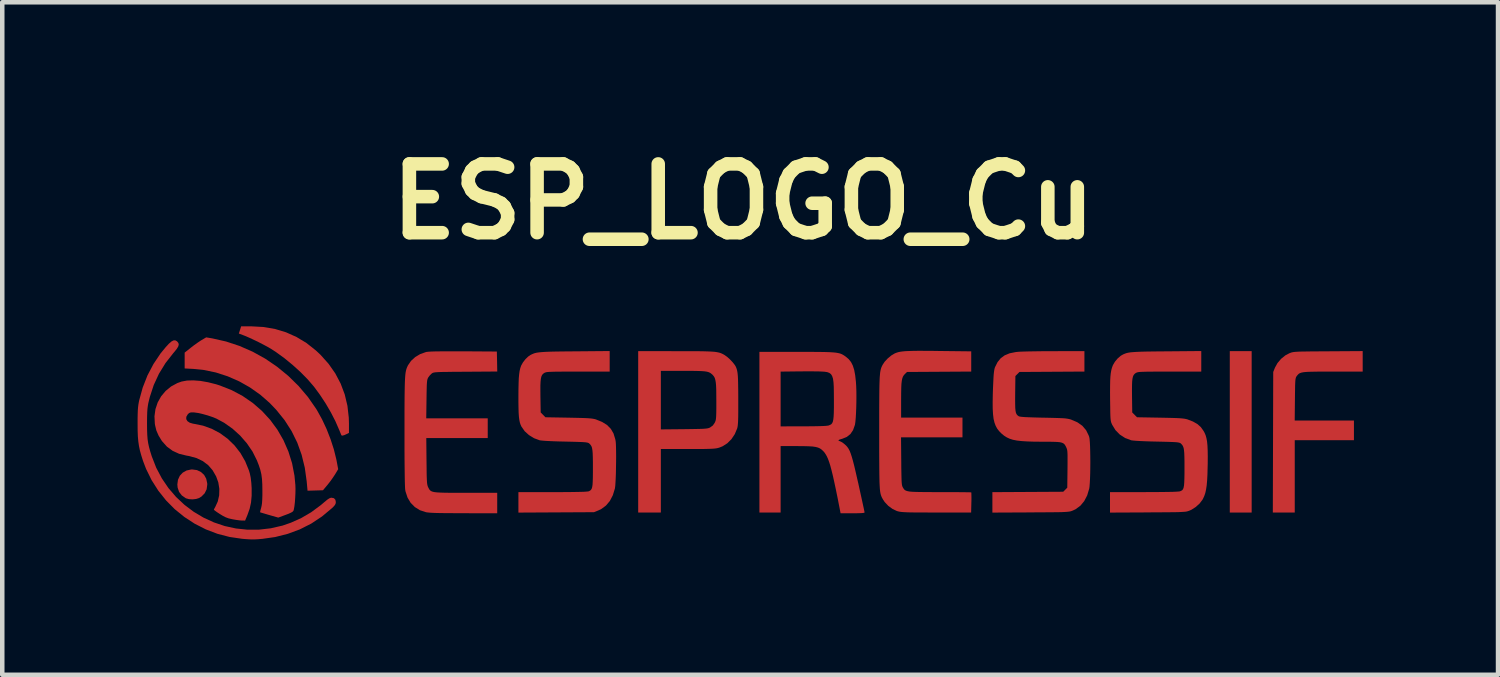
<source format=kicad_pcb>
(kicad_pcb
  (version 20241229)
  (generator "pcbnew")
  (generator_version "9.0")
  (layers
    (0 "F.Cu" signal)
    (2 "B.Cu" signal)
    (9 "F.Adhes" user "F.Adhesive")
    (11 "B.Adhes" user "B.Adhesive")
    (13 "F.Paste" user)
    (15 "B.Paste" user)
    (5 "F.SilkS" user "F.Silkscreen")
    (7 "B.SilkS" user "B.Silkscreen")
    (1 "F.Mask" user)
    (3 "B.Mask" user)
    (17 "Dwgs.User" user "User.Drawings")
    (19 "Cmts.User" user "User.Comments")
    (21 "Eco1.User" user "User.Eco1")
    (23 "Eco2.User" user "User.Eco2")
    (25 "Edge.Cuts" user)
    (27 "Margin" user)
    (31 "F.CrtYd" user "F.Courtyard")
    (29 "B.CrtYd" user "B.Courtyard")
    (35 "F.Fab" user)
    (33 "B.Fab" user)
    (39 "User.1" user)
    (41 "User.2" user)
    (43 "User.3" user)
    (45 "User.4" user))
  (footprint "ESP_LOGO_Cu"
    (layer "F.Cu")
    (at 13.427 6.498)
    (property "Reference" "ESP_LOGO_Cu" (at 0 -5.08 0) (layer "F.SilkS") (effects (font (size 1.524 1.524) (thickness 0.3))))
    (attr board_only exclude_from_pos_files exclude_from_bom)
    (fp_poly (pts (xy 11.267 1.813) (xy 10.782 1.813) (xy 10.782 -1.765) (xy 11.267 -1.765)) (stroke (width 0) (type solid)) (fill yes) (layer "F.Cu"))
    (fp_poly (pts (xy -12.111 0.872) (xy -12.023 0.914) (xy -11.953 0.978) (xy -11.906 1.063) (xy -11.884 1.164) (xy -11.883 1.195) (xy -11.897 1.298) (xy -11.94 1.386) (xy -12.01 1.457) (xy -12.064 1.491) (xy -12.13 1.512) (xy -12.209 1.521) (xy -12.288 1.516) (xy -12.353 1.498) (xy -12.36 1.495) (xy -12.448 1.433) (xy -12.508 1.354) (xy -12.54 1.259) (xy -12.546 1.19) (xy -12.532 1.086) (xy -12.491 0.997) (xy -12.426 0.928) (xy -12.342 0.881) (xy -12.242 0.859) (xy -12.214 0.858)) (stroke (width 0) (type solid)) (fill yes) (layer "F.Cu"))
    (fp_poly (pts (xy -10.639 -2.3) (xy -10.381 -2.256) (xy -10.136 -2.182) (xy -9.904 -2.078) (xy -9.684 -1.945) (xy -9.477 -1.781) (xy -9.373 -1.684) (xy -9.194 -1.484) (xy -9.045 -1.271) (xy -8.926 -1.045) (xy -8.836 -0.806) (xy -8.776 -0.554) (xy -8.746 -0.291) (xy -8.742 -0.158) (xy -8.742 0.048) (xy -8.786 0.07) (xy -8.846 0.097) (xy -8.889 0.108) (xy -8.909 0.102) (xy -8.918 0.081) (xy -8.935 0.039) (xy -8.957 -0.016) (xy -8.961 -0.024) (xy -9.042 -0.21) (xy -9.143 -0.407) (xy -9.259 -0.606) (xy -9.385 -0.797) (xy -9.514 -0.973) (xy -9.519 -0.979) (xy -9.656 -1.138) (xy -9.816 -1.301) (xy -9.992 -1.46) (xy -10.176 -1.611) (xy -10.361 -1.745) (xy -10.459 -1.809) (xy -10.54 -1.856) (xy -10.64 -1.91) (xy -10.751 -1.967) (xy -10.863 -2.021) (xy -10.967 -2.069) (xy -11.054 -2.106) (xy -11.067 -2.111) (xy -11.183 -2.155) (xy -11.157 -2.235) (xy -11.132 -2.315) (xy -10.911 -2.315)) (stroke (width 0) (type solid)) (fill yes) (layer "F.Cu"))
    (fp_poly (pts (xy 13.728 -1.311) (xy 13.068 -1.311) (xy 12.896 -1.311) (xy 12.753 -1.311) (xy 12.636 -1.309) (xy 12.542 -1.307) (xy 12.468 -1.303) (xy 12.411 -1.297) (xy 12.368 -1.288) (xy 12.336 -1.277) (xy 12.312 -1.263) (xy 12.293 -1.245) (xy 12.275 -1.224) (xy 12.264 -1.209) (xy 12.254 -1.194) (xy 12.247 -1.177) (xy 12.241 -1.153) (xy 12.236 -1.119) (xy 12.233 -1.072) (xy 12.23 -1.006) (xy 12.229 -0.919) (xy 12.227 -0.806) (xy 12.226 -0.695) (xy 12.221 -0.227) (xy 13.534 -0.227) (xy 13.534 0.21) (xy 12.222 0.21) (xy 12.222 1.813) (xy 11.736 1.813) (xy 11.745 -1.303) (xy 11.784 -1.4) (xy 11.84 -1.501) (xy 11.919 -1.594) (xy 12.014 -1.671) (xy 12.101 -1.717) (xy 12.124 -1.726) (xy 12.146 -1.734) (xy 12.17 -1.74) (xy 12.199 -1.745) (xy 12.236 -1.749) (xy 12.284 -1.752) (xy 12.347 -1.755) (xy 12.427 -1.756) (xy 12.528 -1.758) (xy 12.652 -1.759) (xy 12.802 -1.76) (xy 12.963 -1.761) (xy 13.728 -1.766)) (stroke (width 0) (type solid)) (fill yes) (layer "F.Cu"))
    (fp_poly (pts (xy -11.769 -2.047) (xy -11.465 -1.978) (xy -11.166 -1.879) (xy -10.876 -1.752) (xy -10.598 -1.598) (xy -10.334 -1.418) (xy -10.087 -1.216) (xy -9.859 -0.992) (xy -9.652 -0.749) (xy -9.47 -0.487) (xy -9.448 -0.451) (xy -9.339 -0.254) (xy -9.238 -0.038) (xy -9.15 0.187) (xy -9.077 0.412) (xy -9.024 0.626) (xy -9.016 0.665) (xy -8.981 0.852) (xy -9.05 0.967) (xy -9.095 1.035) (xy -9.15 1.113) (xy -9.207 1.186) (xy -9.219 1.201) (xy -9.318 1.319) (xy -9.489 1.324) (xy -9.66 1.329) (xy -9.679 1.122) (xy -9.721 0.819) (xy -9.791 0.533) (xy -9.888 0.263) (xy -10.014 0.007) (xy -10.169 -0.235) (xy -10.354 -0.464) (xy -10.501 -0.618) (xy -10.708 -0.799) (xy -10.935 -0.959) (xy -11.177 -1.096) (xy -11.431 -1.207) (xy -11.693 -1.292) (xy -11.959 -1.347) (xy -12.194 -1.371) (xy -12.384 -1.381) (xy -12.384 -1.732) (xy -12.251 -1.838) (xy -12.181 -1.892) (xy -12.106 -1.946) (xy -12.038 -1.992) (xy -12.012 -2.008) (xy -11.907 -2.07)) (stroke (width 0) (type solid)) (fill yes) (layer "F.Cu"))
    (fp_poly (pts (xy -1.493 -1.764) (xy -1.296 -1.764) (xy -1.128 -1.764) (xy -0.986 -1.763) (xy -0.869 -1.761) (xy -0.772 -1.758) (xy -0.693 -1.754) (xy -0.63 -1.749) (xy -0.578 -1.741) (xy -0.536 -1.732) (xy -0.501 -1.721) (xy -0.469 -1.707) (xy -0.438 -1.691) (xy -0.416 -1.678) (xy -0.358 -1.637) (xy -0.295 -1.58) (xy -0.235 -1.516) (xy -0.189 -1.457) (xy -0.173 -1.431) (xy -0.158 -1.399) (xy -0.146 -1.364) (xy -0.136 -1.324) (xy -0.128 -1.275) (xy -0.122 -1.212) (xy -0.118 -1.133) (xy -0.116 -1.034) (xy -0.114 -0.911) (xy -0.113 -0.761) (xy -0.113 -0.696) (xy -0.113 -0.542) (xy -0.113 -0.416) (xy -0.114 -0.315) (xy -0.116 -0.236) (xy -0.119 -0.174) (xy -0.123 -0.127) (xy -0.128 -0.09) (xy -0.135 -0.059) (xy -0.138 -0.049) (xy -0.19 0.075) (xy -0.263 0.185) (xy -0.355 0.277) (xy -0.46 0.344) (xy -0.529 0.372) (xy -0.559 0.381) (xy -0.589 0.388) (xy -0.624 0.393) (xy -0.667 0.397) (xy -0.721 0.4) (xy -0.791 0.402) (xy -0.88 0.404) (xy -0.992 0.404) (xy -1.13 0.405) (xy -1.232 0.405) (xy -1.829 0.405) (xy -1.829 1.813) (xy -2.331 1.813) (xy -2.331 -0.03) (xy -1.829 -0.03) (xy -1.315 -0.035) (xy -1.172 -0.037) (xy -1.056 -0.039) (xy -0.966 -0.041) (xy -0.897 -0.043) (xy -0.845 -0.047) (xy -0.807 -0.051) (xy -0.778 -0.057) (xy -0.756 -0.064) (xy -0.737 -0.073) (xy -0.676 -0.117) (xy -0.635 -0.177) (xy -0.624 -0.201) (xy -0.615 -0.225) (xy -0.609 -0.254) (xy -0.605 -0.291) (xy -0.602 -0.343) (xy -0.6 -0.412) (xy -0.599 -0.503) (xy -0.599 -0.622) (xy -0.599 -0.652) (xy -0.6 -0.797) (xy -0.601 -0.914) (xy -0.605 -1.006) (xy -0.612 -1.077) (xy -0.622 -1.131) (xy -0.635 -1.173) (xy -0.653 -1.205) (xy -0.675 -1.232) (xy -0.685 -1.243) (xy -0.711 -1.265) (xy -0.737 -1.284) (xy -0.768 -1.298) (xy -0.806 -1.309) (xy -0.856 -1.317) (xy -0.922 -1.322) (xy -1.006 -1.325) (xy -1.114 -1.327) (xy -1.248 -1.327) (xy -1.338 -1.327) (xy -1.829 -1.327) (xy -1.829 -0.03) (xy -2.331 -0.03) (xy -2.331 -1.765)) (stroke (width 0) (type solid)) (fill yes) (layer "F.Cu"))
    (fp_poly (pts (xy -12.559 -1.986) (xy -12.546 -1.975) (xy -12.522 -1.943) (xy -12.515 -1.908) (xy -12.527 -1.867) (xy -12.559 -1.814) (xy -12.614 -1.746) (xy -12.633 -1.724) (xy -12.808 -1.501) (xy -12.953 -1.265) (xy -13.069 -1.014) (xy -13.156 -0.749) (xy -13.189 -0.615) (xy -13.2 -0.552) (xy -13.209 -0.483) (xy -13.214 -0.402) (xy -13.217 -0.302) (xy -13.218 -0.176) (xy -13.218 -0.162) (xy -13.217 -0.025) (xy -13.213 0.088) (xy -13.206 0.185) (xy -13.193 0.273) (xy -13.174 0.361) (xy -13.148 0.456) (xy -13.113 0.567) (xy -13.014 0.82) (xy -12.89 1.055) (xy -12.743 1.271) (xy -12.575 1.467) (xy -12.388 1.642) (xy -12.185 1.795) (xy -11.967 1.925) (xy -11.736 2.031) (xy -11.496 2.112) (xy -11.247 2.166) (xy -10.992 2.193) (xy -10.734 2.192) (xy -10.474 2.162) (xy -10.214 2.102) (xy -10.029 2.038) (xy -9.798 1.934) (xy -9.579 1.806) (xy -9.367 1.649) (xy -9.287 1.581) (xy -9.223 1.528) (xy -9.175 1.497) (xy -9.139 1.484) (xy -9.13 1.484) (xy -9.075 1.495) (xy -9.043 1.53) (xy -9.033 1.581) (xy -9.038 1.615) (xy -9.054 1.647) (xy -9.087 1.685) (xy -9.118 1.715) (xy -9.341 1.901) (xy -9.578 2.058) (xy -9.831 2.186) (xy -10.098 2.285) (xy -10.379 2.356) (xy -10.66 2.396) (xy -10.753 2.404) (xy -10.827 2.408) (xy -10.894 2.409) (xy -10.965 2.406) (xy -11.051 2.4) (xy -11.11 2.395) (xy -11.389 2.354) (xy -11.658 2.284) (xy -11.917 2.185) (xy -12.162 2.06) (xy -12.392 1.91) (xy -12.605 1.737) (xy -12.798 1.542) (xy -12.969 1.327) (xy -13.117 1.094) (xy -13.24 0.844) (xy -13.307 0.668) (xy -13.345 0.548) (xy -13.375 0.441) (xy -13.396 0.341) (xy -13.411 0.239) (xy -13.421 0.128) (xy -13.426 0.001) (xy -13.427 -0.152) (xy -13.427 -0.154) (xy -13.427 -0.278) (xy -13.425 -0.376) (xy -13.422 -0.454) (xy -13.417 -0.519) (xy -13.41 -0.577) (xy -13.4 -0.635) (xy -13.392 -0.674) (xy -13.314 -0.957) (xy -13.208 -1.227) (xy -13.075 -1.48) (xy -12.916 -1.717) (xy -12.803 -1.854) (xy -12.734 -1.929) (xy -12.678 -1.978) (xy -12.633 -2.002) (xy -12.594 -2.005)) (stroke (width 0) (type solid)) (fill yes) (layer "F.Cu"))
    (fp_poly (pts (xy -6.2 -1.761) (xy -5.464 -1.756) (xy -5.459 -1.535) (xy -5.455 -1.313) (xy -6.158 -1.308) (xy -6.328 -1.307) (xy -6.468 -1.306) (xy -6.581 -1.304) (xy -6.672 -1.303) (xy -6.742 -1.301) (xy -6.795 -1.298) (xy -6.833 -1.295) (xy -6.861 -1.29) (xy -6.88 -1.285) (xy -6.894 -1.278) (xy -6.906 -1.27) (xy -6.907 -1.269) (xy -6.947 -1.231) (xy -6.983 -1.184) (xy -6.985 -1.18) (xy -6.995 -1.161) (xy -7.003 -1.139) (xy -7.009 -1.11) (xy -7.013 -1.069) (xy -7.017 -1.013) (xy -7.019 -0.937) (xy -7.021 -0.837) (xy -7.023 -0.709) (xy -7.023 -0.7) (xy -7.029 -0.275) (xy -5.666 -0.275) (xy -5.666 0.162) (xy -7.028 0.162) (xy -7.023 0.676) (xy -7.021 0.82) (xy -7.02 0.935) (xy -7.018 1.025) (xy -7.015 1.094) (xy -7.012 1.146) (xy -7.007 1.185) (xy -7.001 1.213) (xy -6.994 1.235) (xy -6.985 1.255) (xy -6.971 1.282) (xy -6.957 1.306) (xy -6.939 1.325) (xy -6.916 1.34) (xy -6.884 1.352) (xy -6.84 1.361) (xy -6.782 1.367) (xy -6.705 1.371) (xy -6.609 1.374) (xy -6.489 1.375) (xy -6.343 1.376) (xy -6.168 1.376) (xy -6.148 1.376) (xy -5.456 1.376) (xy -5.456 1.829) (xy -6.196 1.828) (xy -6.387 1.827) (xy -6.548 1.826) (xy -6.681 1.825) (xy -6.79 1.823) (xy -6.878 1.82) (xy -6.945 1.816) (xy -6.997 1.811) (xy -7.034 1.806) (xy -7.039 1.804) (xy -7.17 1.761) (xy -7.282 1.691) (xy -7.374 1.598) (xy -7.443 1.483) (xy -7.488 1.347) (xy -7.494 1.317) (xy -7.498 1.28) (xy -7.501 1.211) (xy -7.504 1.111) (xy -7.506 0.981) (xy -7.508 0.82) (xy -7.51 0.631) (xy -7.511 0.413) (xy -7.511 0.168) (xy -7.511 0.025) (xy -7.511 -0.213) (xy -7.511 -0.422) (xy -7.51 -0.603) (xy -7.509 -0.758) (xy -7.507 -0.891) (xy -7.505 -1.002) (xy -7.502 -1.095) (xy -7.498 -1.172) (xy -7.493 -1.235) (xy -7.487 -1.287) (xy -7.479 -1.329) (xy -7.47 -1.364) (xy -7.459 -1.395) (xy -7.447 -1.423) (xy -7.433 -1.452) (xy -7.433 -1.452) (xy -7.366 -1.549) (xy -7.274 -1.633) (xy -7.164 -1.699) (xy -7.04 -1.743) (xy -7.018 -1.748) (xy -6.98 -1.752) (xy -6.911 -1.756) (xy -6.814 -1.759) (xy -6.689 -1.76) (xy -6.54 -1.761) (xy -6.367 -1.761)) (stroke (width 0) (type solid)) (fill yes) (layer "F.Cu"))
    (fp_poly (pts (xy 4.053 -1.771) (xy 4.227 -1.77) (xy 4.351 -1.768) (xy 5.051 -1.76) (xy 5.051 -1.312) (xy 3.628 -1.303) (xy 3.58 -1.257) (xy 3.556 -1.23) (xy 3.537 -1.199) (xy 3.523 -1.16) (xy 3.512 -1.108) (xy 3.504 -1.04) (xy 3.5 -0.952) (xy 3.498 -0.84) (xy 3.497 -0.7) (xy 3.497 -0.681) (xy 3.497 -0.291) (xy 4.857 -0.291) (xy 4.857 0.146) (xy 3.495 0.146) (xy 3.5 0.676) (xy 3.501 0.822) (xy 3.503 0.939) (xy 3.505 1.031) (xy 3.507 1.102) (xy 3.51 1.154) (xy 3.514 1.192) (xy 3.52 1.219) (xy 3.527 1.24) (xy 3.535 1.256) (xy 3.537 1.258) (xy 3.551 1.282) (xy 3.566 1.302) (xy 3.585 1.318) (xy 3.61 1.33) (xy 3.644 1.34) (xy 3.69 1.348) (xy 3.752 1.353) (xy 3.831 1.356) (xy 3.932 1.358) (xy 4.056 1.359) (xy 4.208 1.36) (xy 4.359 1.36) (xy 4.504 1.36) (xy 4.64 1.36) (xy 4.762 1.361) (xy 4.867 1.362) (xy 4.952 1.363) (xy 5.013 1.364) (xy 5.046 1.366) (xy 5.052 1.367) (xy 5.054 1.384) (xy 5.055 1.428) (xy 5.056 1.492) (xy 5.055 1.571) (xy 5.054 1.593) (xy 5.049 1.813) (xy 4.277 1.812) (xy 4.097 1.812) (xy 3.947 1.811) (xy 3.823 1.811) (xy 3.722 1.81) (xy 3.642 1.808) (xy 3.578 1.805) (xy 3.528 1.802) (xy 3.489 1.798) (xy 3.458 1.793) (xy 3.431 1.787) (xy 3.407 1.78) (xy 3.405 1.78) (xy 3.307 1.734) (xy 3.213 1.665) (xy 3.133 1.58) (xy 3.098 1.528) (xy 3.083 1.502) (xy 3.069 1.476) (xy 3.058 1.45) (xy 3.048 1.421) (xy 3.039 1.387) (xy 3.032 1.344) (xy 3.026 1.292) (xy 3.022 1.228) (xy 3.018 1.149) (xy 3.016 1.054) (xy 3.014 0.939) (xy 3.013 0.803) (xy 3.012 0.644) (xy 3.011 0.459) (xy 3.011 0.245) (xy 3.011 0.037) (xy 3.011 -0.203) (xy 3.011 -0.414) (xy 3.012 -0.597) (xy 3.013 -0.754) (xy 3.014 -0.888) (xy 3.016 -1.001) (xy 3.019 -1.095) (xy 3.022 -1.173) (xy 3.027 -1.236) (xy 3.032 -1.288) (xy 3.039 -1.33) (xy 3.047 -1.365) (xy 3.056 -1.395) (xy 3.067 -1.421) (xy 3.08 -1.448) (xy 3.084 -1.457) (xy 3.132 -1.53) (xy 3.2 -1.603) (xy 3.278 -1.668) (xy 3.355 -1.714) (xy 3.362 -1.717) (xy 3.398 -1.731) (xy 3.437 -1.743) (xy 3.482 -1.752) (xy 3.536 -1.759) (xy 3.603 -1.765) (xy 3.685 -1.768) (xy 3.785 -1.771) (xy 3.907 -1.772)) (stroke (width 0) (type solid)) (fill yes) (layer "F.Cu"))
    (fp_poly (pts (xy 1.383 -1.748) (xy 1.552 -1.748) (xy 1.694 -1.747) (xy 1.812 -1.745) (xy 1.909 -1.742) (xy 1.988 -1.737) (xy 2.052 -1.731) (xy 2.103 -1.722) (xy 2.145 -1.712) (xy 2.18 -1.698) (xy 2.211 -1.682) (xy 2.241 -1.663) (xy 2.27 -1.642) (xy 2.335 -1.587) (xy 2.387 -1.522) (xy 2.426 -1.445) (xy 2.457 -1.348) (xy 2.479 -1.229) (xy 2.495 -1.085) (xy 2.501 -0.992) (xy 2.505 -0.882) (xy 2.506 -0.76) (xy 2.505 -0.633) (xy 2.502 -0.507) (xy 2.497 -0.389) (xy 2.491 -0.283) (xy 2.483 -0.196) (xy 2.474 -0.135) (xy 2.472 -0.128) (xy 2.432 -0.015) (xy 2.373 0.073) (xy 2.294 0.136) (xy 2.192 0.178) (xy 2.183 0.18) (xy 2.129 0.197) (xy 2.107 0.211) (xy 2.117 0.224) (xy 2.141 0.232) (xy 2.174 0.248) (xy 2.219 0.278) (xy 2.246 0.3) (xy 2.278 0.329) (xy 2.306 0.361) (xy 2.332 0.399) (xy 2.356 0.445) (xy 2.379 0.503) (xy 2.403 0.576) (xy 2.429 0.667) (xy 2.458 0.779) (xy 2.49 0.915) (xy 2.527 1.078) (xy 2.55 1.177) (xy 2.58 1.314) (xy 2.608 1.441) (xy 2.633 1.555) (xy 2.654 1.653) (xy 2.671 1.73) (xy 2.682 1.784) (xy 2.687 1.81) (xy 2.687 1.812) (xy 2.671 1.82) (xy 2.623 1.825) (xy 2.543 1.828) (xy 2.431 1.829) (xy 2.421 1.829) (xy 2.155 1.829) (xy 2.137 1.736) (xy 2.093 1.51) (xy 2.053 1.314) (xy 2.017 1.145) (xy 1.985 1) (xy 1.955 0.878) (xy 1.928 0.776) (xy 1.901 0.691) (xy 1.875 0.621) (xy 1.849 0.564) (xy 1.822 0.517) (xy 1.794 0.477) (xy 1.768 0.449) (xy 1.734 0.417) (xy 1.698 0.392) (xy 1.655 0.373) (xy 1.602 0.359) (xy 1.535 0.349) (xy 1.448 0.344) (xy 1.338 0.341) (xy 1.2 0.34) (xy 1.187 0.34) (xy 0.826 0.34) (xy 0.826 1.813) (xy 0.356 1.813) (xy 0.356 -0.097) (xy 0.826 -0.097) (xy 1.332 -0.098) (xy 1.501 -0.099) (xy 1.638 -0.101) (xy 1.746 -0.104) (xy 1.825 -0.108) (xy 1.876 -0.114) (xy 1.894 -0.118) (xy 1.925 -0.131) (xy 1.95 -0.146) (xy 1.969 -0.169) (xy 1.984 -0.203) (xy 1.994 -0.25) (xy 2.001 -0.315) (xy 2.005 -0.4) (xy 2.007 -0.511) (xy 2.007 -0.649) (xy 2.007 -0.688) (xy 2.006 -0.846) (xy 2.004 -0.974) (xy 1.998 -1.076) (xy 1.987 -1.155) (xy 1.968 -1.213) (xy 1.942 -1.255) (xy 1.905 -1.283) (xy 1.857 -1.3) (xy 1.795 -1.309) (xy 1.718 -1.313) (xy 1.674 -1.315) (xy 1.601 -1.316) (xy 1.504 -1.317) (xy 1.392 -1.317) (xy 1.274 -1.316) (xy 1.162 -1.315) (xy 0.826 -1.311) (xy 0.826 -0.097) (xy 0.356 -0.097) (xy 0.356 -1.748) (xy 1.185 -1.748)) (stroke (width 0) (type solid)) (fill yes) (layer "F.Cu"))
    (fp_poly (pts (xy 7.56 -1.312) (xy 6.12 -1.303) (xy 6.03 -1.213) (xy 6.025 -0.826) (xy 6.024 -0.691) (xy 6.025 -0.585) (xy 6.027 -0.504) (xy 6.033 -0.442) (xy 6.042 -0.398) (xy 6.056 -0.367) (xy 6.074 -0.344) (xy 6.098 -0.326) (xy 6.107 -0.32) (xy 6.129 -0.314) (xy 6.172 -0.308) (xy 6.237 -0.303) (xy 6.327 -0.299) (xy 6.444 -0.295) (xy 6.591 -0.291) (xy 6.654 -0.29) (xy 6.798 -0.287) (xy 6.914 -0.284) (xy 7.006 -0.281) (xy 7.078 -0.278) (xy 7.134 -0.274) (xy 7.178 -0.268) (xy 7.215 -0.261) (xy 7.247 -0.253) (xy 7.271 -0.245) (xy 7.405 -0.187) (xy 7.515 -0.109) (xy 7.598 -0.011) (xy 7.656 0.108) (xy 7.666 0.136) (xy 7.674 0.18) (xy 7.68 0.251) (xy 7.685 0.344) (xy 7.688 0.453) (xy 7.69 0.574) (xy 7.691 0.7) (xy 7.69 0.828) (xy 7.688 0.95) (xy 7.684 1.063) (xy 7.679 1.16) (xy 7.673 1.238) (xy 7.666 1.284) (xy 7.621 1.434) (xy 7.555 1.56) (xy 7.47 1.662) (xy 7.365 1.739) (xy 7.304 1.768) (xy 7.283 1.776) (xy 7.263 1.783) (xy 7.24 1.789) (xy 7.212 1.793) (xy 7.175 1.797) (xy 7.127 1.8) (xy 7.066 1.803) (xy 6.988 1.805) (xy 6.89 1.806) (xy 6.769 1.807) (xy 6.623 1.808) (xy 6.449 1.809) (xy 6.366 1.81) (xy 5.52 1.814) (xy 5.52 1.361) (xy 7.09 1.352) (xy 7.135 1.307) (xy 7.18 1.262) (xy 7.185 0.848) (xy 7.186 0.721) (xy 7.186 0.622) (xy 7.186 0.547) (xy 7.184 0.49) (xy 7.181 0.449) (xy 7.176 0.418) (xy 7.168 0.393) (xy 7.158 0.37) (xy 7.155 0.362) (xy 7.137 0.328) (xy 7.118 0.3) (xy 7.094 0.28) (xy 7.062 0.265) (xy 7.017 0.254) (xy 6.956 0.248) (xy 6.874 0.245) (xy 6.767 0.243) (xy 6.632 0.243) (xy 6.631 0.243) (xy 6.45 0.242) (xy 6.298 0.237) (xy 6.17 0.229) (xy 6.064 0.217) (xy 5.976 0.2) (xy 5.901 0.176) (xy 5.837 0.146) (xy 5.779 0.109) (xy 5.725 0.064) (xy 5.723 0.063) (xy 5.671 0.01) (xy 5.627 -0.046) (xy 5.593 -0.109) (xy 5.566 -0.181) (xy 5.546 -0.266) (xy 5.534 -0.368) (xy 5.527 -0.49) (xy 5.526 -0.635) (xy 5.529 -0.807) (xy 5.533 -0.931) (xy 5.539 -1.063) (xy 5.544 -1.167) (xy 5.549 -1.247) (xy 5.556 -1.308) (xy 5.563 -1.354) (xy 5.571 -1.389) (xy 5.579 -1.411) (xy 5.635 -1.522) (xy 5.705 -1.608) (xy 5.793 -1.672) (xy 5.902 -1.717) (xy 6.036 -1.744) (xy 6.071 -1.748) (xy 6.121 -1.752) (xy 6.199 -1.755) (xy 6.301 -1.758) (xy 6.421 -1.76) (xy 6.556 -1.762) (xy 6.701 -1.764) (xy 6.852 -1.764) (xy 6.892 -1.764) (xy 7.56 -1.765)) (stroke (width 0) (type solid)) (fill yes) (layer "F.Cu"))
    (fp_poly (pts (xy -12.035 -1.105) (xy -11.865 -1.075) (xy -11.686 -1.03) (xy -11.602 -1.003) (xy -11.342 -0.9) (xy -11.098 -0.77) (xy -10.874 -0.616) (xy -10.67 -0.439) (xy -10.488 -0.241) (xy -10.329 -0.025) (xy -10.194 0.209) (xy -10.085 0.458) (xy -10.003 0.72) (xy -9.95 0.994) (xy -9.93 1.203) (xy -9.927 1.29) (xy -9.929 1.388) (xy -9.934 1.49) (xy -9.941 1.588) (xy -9.951 1.673) (xy -9.963 1.739) (xy -9.971 1.77) (xy -9.987 1.791) (xy -10.022 1.813) (xy -10.081 1.84) (xy -10.147 1.865) (xy -10.309 1.925) (xy -10.509 1.868) (xy -10.584 1.846) (xy -10.647 1.827) (xy -10.691 1.814) (xy -10.712 1.807) (xy -10.712 1.807) (xy -10.71 1.791) (xy -10.701 1.753) (xy -10.688 1.707) (xy -10.677 1.658) (xy -10.669 1.6) (xy -10.664 1.525) (xy -10.661 1.428) (xy -10.661 1.327) (xy -10.663 1.186) (xy -10.67 1.068) (xy -10.684 0.964) (xy -10.707 0.866) (xy -10.74 0.765) (xy -10.783 0.655) (xy -10.88 0.461) (xy -11.006 0.277) (xy -11.155 0.106) (xy -11.323 -0.046) (xy -11.507 -0.176) (xy -11.68 -0.269) (xy -11.772 -0.306) (xy -11.877 -0.341) (xy -11.985 -0.371) (xy -12.087 -0.394) (xy -12.173 -0.406) (xy -12.197 -0.407) (xy -12.249 -0.406) (xy -12.283 -0.394) (xy -12.312 -0.369) (xy -12.314 -0.366) (xy -12.347 -0.31) (xy -12.349 -0.258) (xy -12.323 -0.213) (xy -12.271 -0.178) (xy -12.195 -0.156) (xy -12.184 -0.155) (xy -11.977 -0.113) (xy -11.78 -0.042) (xy -11.597 0.056) (xy -11.429 0.179) (xy -11.279 0.325) (xy -11.149 0.491) (xy -11.042 0.677) (xy -10.96 0.878) (xy -10.939 0.947) (xy -10.92 1.04) (xy -10.906 1.16) (xy -10.899 1.272) (xy -10.899 1.442) (xy -10.913 1.592) (xy -10.944 1.731) (xy -10.993 1.869) (xy -10.995 1.874) (xy -11.044 1.991) (xy -11.119 1.99) (xy -11.171 1.986) (xy -11.242 1.976) (xy -11.317 1.963) (xy -11.332 1.96) (xy -11.41 1.942) (xy -11.475 1.918) (xy -11.541 1.884) (xy -11.603 1.846) (xy -11.66 1.809) (xy -11.705 1.777) (xy -11.732 1.756) (xy -11.737 1.75) (xy -11.729 1.731) (xy -11.71 1.697) (xy -11.707 1.692) (xy -11.65 1.568) (xy -11.619 1.431) (xy -11.615 1.288) (xy -11.638 1.145) (xy -11.686 1.012) (xy -11.765 0.875) (xy -11.863 0.762) (xy -11.981 0.673) (xy -12.12 0.606) (xy -12.283 0.561) (xy -12.346 0.55) (xy -12.506 0.511) (xy -12.65 0.445) (xy -12.776 0.353) (xy -12.88 0.237) (xy -12.891 0.223) (xy -12.962 0.107) (xy -13.011 -0.005) (xy -13.04 -0.125) (xy -13.045 -0.157) (xy -13.053 -0.322) (xy -13.031 -0.48) (xy -12.981 -0.629) (xy -12.905 -0.764) (xy -12.806 -0.882) (xy -12.686 -0.981) (xy -12.546 -1.057) (xy -12.45 -1.091) (xy -12.332 -1.113) (xy -12.192 -1.117)) (stroke (width 0) (type solid)) (fill yes) (layer "F.Cu"))
    (fp_poly (pts (xy -2.963 -1.311) (xy -3.663 -1.311) (xy -3.832 -1.311) (xy -3.972 -1.311) (xy -4.086 -1.31) (xy -4.176 -1.309) (xy -4.247 -1.307) (xy -4.3 -1.305) (xy -4.339 -1.302) (xy -4.368 -1.298) (xy -4.388 -1.292) (xy -4.404 -1.286) (xy -4.415 -1.28) (xy -4.441 -1.26) (xy -4.462 -1.235) (xy -4.477 -1.201) (xy -4.488 -1.153) (xy -4.495 -1.088) (xy -4.499 -1.003) (xy -4.499 -0.893) (xy -4.498 -0.759) (xy -4.492 -0.405) (xy -4.439 -0.352) (xy -4.387 -0.299) (xy -3.873 -0.29) (xy -3.724 -0.287) (xy -3.604 -0.284) (xy -3.508 -0.281) (xy -3.433 -0.277) (xy -3.375 -0.272) (xy -3.331 -0.266) (xy -3.296 -0.259) (xy -3.27 -0.252) (xy -3.132 -0.196) (xy -3.022 -0.128) (xy -2.938 -0.043) (xy -2.878 0.06) (xy -2.84 0.184) (xy -2.831 0.229) (xy -2.826 0.281) (xy -2.823 0.358) (xy -2.821 0.456) (xy -2.82 0.567) (xy -2.821 0.688) (xy -2.823 0.811) (xy -2.825 0.931) (xy -2.829 1.043) (xy -2.834 1.141) (xy -2.839 1.219) (xy -2.846 1.272) (xy -2.847 1.279) (xy -2.893 1.429) (xy -2.959 1.556) (xy -3.045 1.658) (xy -3.15 1.735) (xy -3.214 1.766) (xy -3.311 1.805) (xy -4.986 1.814) (xy -4.986 1.36) (xy -4.226 1.36) (xy -4.032 1.36) (xy -3.868 1.359) (xy -3.733 1.357) (xy -3.624 1.355) (xy -3.541 1.353) (xy -3.481 1.349) (xy -3.442 1.345) (xy -3.423 1.341) (xy -3.398 1.327) (xy -3.378 1.31) (xy -3.362 1.285) (xy -3.351 1.249) (xy -3.343 1.199) (xy -3.339 1.13) (xy -3.336 1.038) (xy -3.335 0.92) (xy -3.335 0.826) (xy -3.335 0.688) (xy -3.337 0.579) (xy -3.34 0.494) (xy -3.346 0.43) (xy -3.354 0.382) (xy -3.366 0.346) (xy -3.383 0.318) (xy -3.404 0.294) (xy -3.415 0.283) (xy -3.427 0.274) (xy -3.443 0.267) (xy -3.466 0.261) (xy -3.499 0.256) (xy -3.547 0.252) (xy -3.613 0.249) (xy -3.701 0.246) (xy -3.814 0.243) (xy -3.948 0.24) (xy -4.081 0.237) (xy -4.204 0.233) (xy -4.313 0.228) (xy -4.403 0.223) (xy -4.471 0.217) (xy -4.512 0.212) (xy -4.516 0.211) (xy -4.64 0.165) (xy -4.752 0.096) (xy -4.847 0.01) (xy -4.917 -0.09) (xy -4.921 -0.097) (xy -4.94 -0.139) (xy -4.955 -0.186) (xy -4.966 -0.242) (xy -4.975 -0.311) (xy -4.981 -0.398) (xy -4.984 -0.505) (xy -4.986 -0.638) (xy -4.986 -0.75) (xy -4.985 -0.913) (xy -4.982 -1.049) (xy -4.978 -1.159) (xy -4.97 -1.249) (xy -4.96 -1.322) (xy -4.946 -1.383) (xy -4.929 -1.434) (xy -4.922 -1.451) (xy -4.884 -1.517) (xy -4.831 -1.585) (xy -4.772 -1.643) (xy -4.72 -1.679) (xy -4.687 -1.695) (xy -4.655 -1.709) (xy -4.621 -1.721) (xy -4.582 -1.73) (xy -4.533 -1.737) (xy -4.474 -1.743) (xy -4.4 -1.748) (xy -4.309 -1.752) (xy -4.196 -1.755) (xy -4.061 -1.757) (xy -3.898 -1.759) (xy -3.736 -1.76) (xy -2.963 -1.767)) (stroke (width 0) (type solid)) (fill yes) (layer "F.Cu"))
    (fp_poly (pts (xy 10.15 -1.311) (xy 9.45 -1.311) (xy 9.281 -1.311) (xy 9.141 -1.311) (xy 9.027 -1.31) (xy 8.936 -1.309) (xy 8.866 -1.307) (xy 8.813 -1.305) (xy 8.773 -1.302) (xy 8.745 -1.298) (xy 8.725 -1.292) (xy 8.709 -1.286) (xy 8.698 -1.28) (xy 8.672 -1.26) (xy 8.651 -1.235) (xy 8.636 -1.201) (xy 8.625 -1.154) (xy 8.618 -1.09) (xy 8.615 -1.005) (xy 8.614 -0.895) (xy 8.615 -0.759) (xy 8.62 -0.405) (xy 8.673 -0.352) (xy 8.726 -0.299) (xy 9.24 -0.29) (xy 9.389 -0.287) (xy 9.509 -0.284) (xy 9.605 -0.281) (xy 9.68 -0.277) (xy 9.737 -0.272) (xy 9.782 -0.266) (xy 9.817 -0.259) (xy 9.843 -0.252) (xy 9.967 -0.204) (xy 10.065 -0.148) (xy 10.141 -0.08) (xy 10.202 0.006) (xy 10.222 0.043) (xy 10.246 0.098) (xy 10.264 0.161) (xy 10.278 0.235) (xy 10.287 0.326) (xy 10.292 0.435) (xy 10.294 0.568) (xy 10.293 0.728) (xy 10.291 0.801) (xy 10.287 0.965) (xy 10.28 1.1) (xy 10.27 1.212) (xy 10.256 1.304) (xy 10.239 1.381) (xy 10.216 1.448) (xy 10.188 1.508) (xy 10.175 1.531) (xy 10.111 1.615) (xy 10.026 1.691) (xy 9.93 1.752) (xy 9.894 1.768) (xy 9.873 1.776) (xy 9.852 1.783) (xy 9.829 1.789) (xy 9.8 1.794) (xy 9.764 1.797) (xy 9.715 1.8) (xy 9.653 1.803) (xy 9.574 1.805) (xy 9.475 1.806) (xy 9.353 1.807) (xy 9.205 1.808) (xy 9.029 1.809) (xy 8.964 1.81) (xy 8.127 1.814) (xy 8.127 1.36) (xy 8.877 1.36) (xy 9.086 1.359) (xy 9.262 1.358) (xy 9.407 1.356) (xy 9.521 1.354) (xy 9.605 1.35) (xy 9.658 1.346) (xy 9.679 1.342) (xy 9.707 1.33) (xy 9.73 1.315) (xy 9.747 1.292) (xy 9.759 1.258) (xy 9.768 1.21) (xy 9.773 1.143) (xy 9.776 1.054) (xy 9.778 0.939) (xy 9.778 0.826) (xy 9.778 0.688) (xy 9.776 0.579) (xy 9.773 0.494) (xy 9.767 0.43) (xy 9.759 0.382) (xy 9.746 0.346) (xy 9.73 0.318) (xy 9.709 0.294) (xy 9.698 0.283) (xy 9.686 0.274) (xy 9.67 0.267) (xy 9.647 0.261) (xy 9.614 0.256) (xy 9.566 0.252) (xy 9.499 0.249) (xy 9.412 0.246) (xy 9.298 0.243) (xy 9.165 0.24) (xy 9.032 0.237) (xy 8.909 0.233) (xy 8.8 0.228) (xy 8.709 0.223) (xy 8.642 0.217) (xy 8.601 0.212) (xy 8.597 0.211) (xy 8.462 0.161) (xy 8.344 0.084) (xy 8.247 -0.015) (xy 8.177 -0.13) (xy 8.165 -0.156) (xy 8.155 -0.18) (xy 8.148 -0.206) (xy 8.142 -0.239) (xy 8.138 -0.282) (xy 8.135 -0.339) (xy 8.133 -0.416) (xy 8.132 -0.514) (xy 8.13 -0.64) (xy 8.129 -0.694) (xy 8.128 -0.86) (xy 8.129 -0.996) (xy 8.131 -1.109) (xy 8.136 -1.201) (xy 8.144 -1.276) (xy 8.155 -1.339) (xy 8.169 -1.393) (xy 8.187 -1.443) (xy 8.193 -1.457) (xy 8.236 -1.53) (xy 8.295 -1.601) (xy 8.36 -1.658) (xy 8.394 -1.679) (xy 8.426 -1.696) (xy 8.458 -1.709) (xy 8.492 -1.721) (xy 8.531 -1.73) (xy 8.58 -1.738) (xy 8.639 -1.743) (xy 8.714 -1.748) (xy 8.806 -1.752) (xy 8.918 -1.755) (xy 9.055 -1.757) (xy 9.218 -1.759) (xy 9.377 -1.76) (xy 10.15 -1.767)) (stroke (width 0) (type solid)) (fill yes) (layer "F.Cu")))
  (gr_rect
    (start -3 -3)
    (end 30.155 11.907)
    (stroke (width 0.1) (type default))
    (fill no)
    (layer "Edge.Cuts")))
</source>
